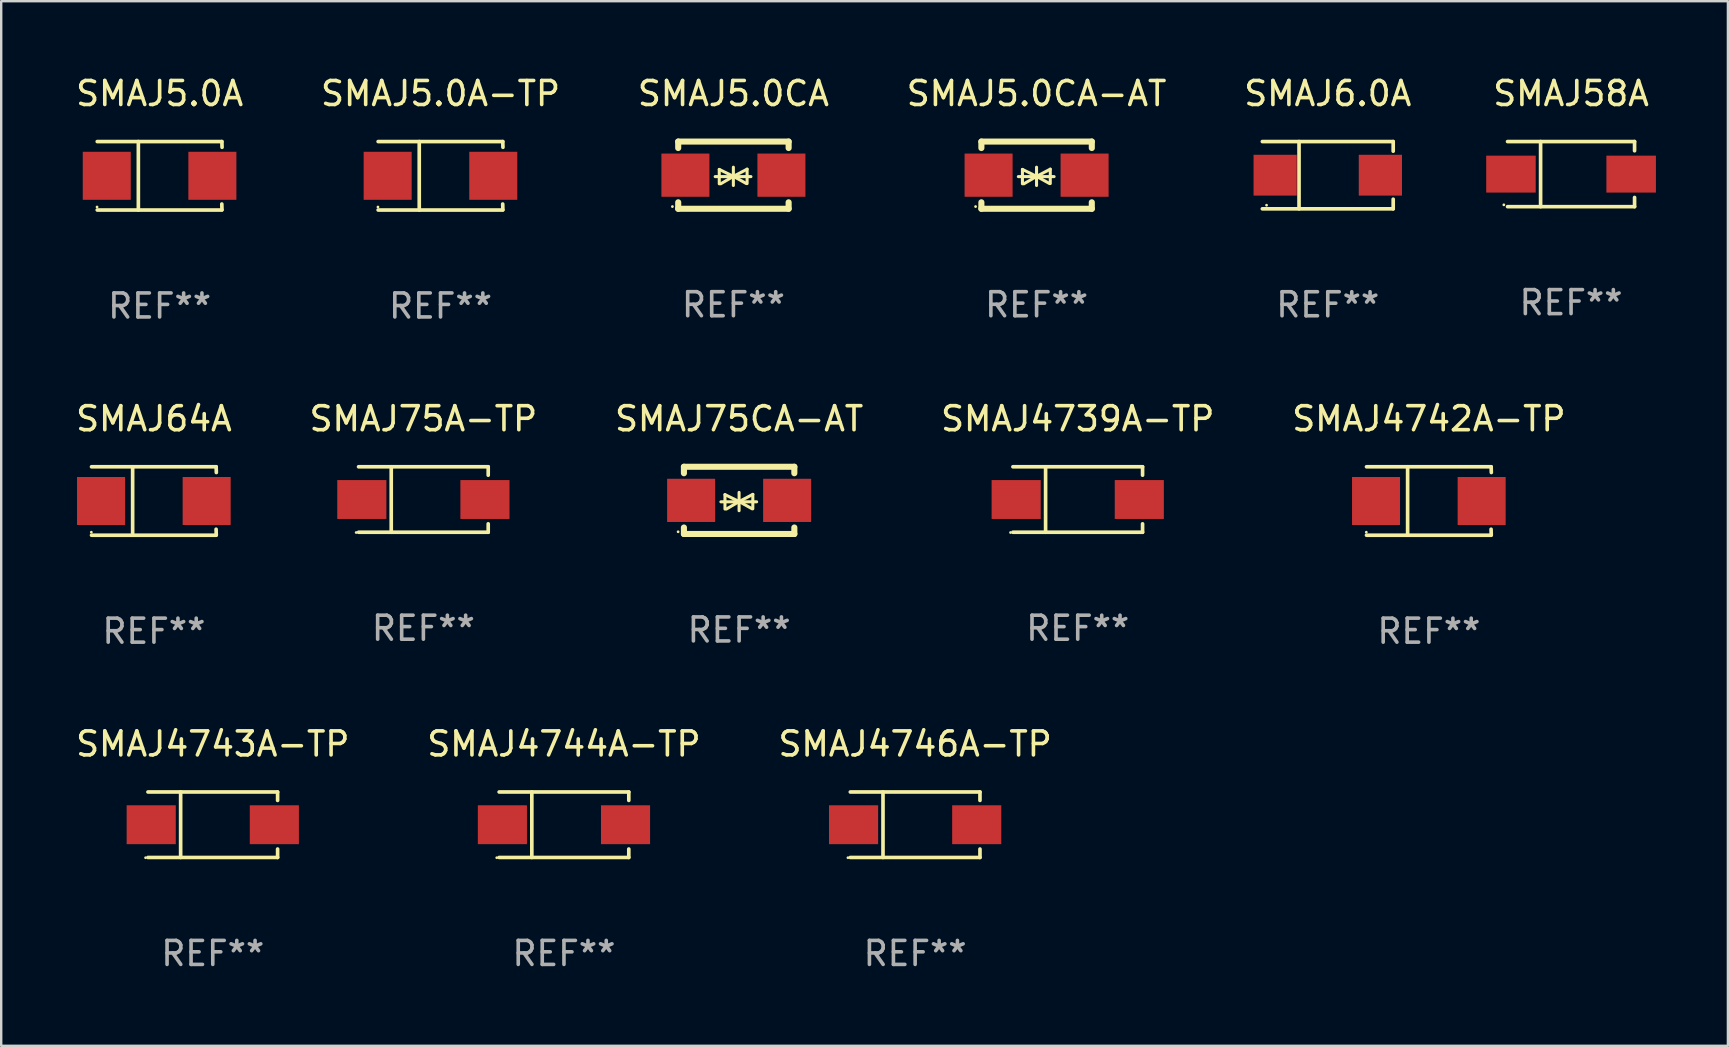
<source format=kicad_pcb>
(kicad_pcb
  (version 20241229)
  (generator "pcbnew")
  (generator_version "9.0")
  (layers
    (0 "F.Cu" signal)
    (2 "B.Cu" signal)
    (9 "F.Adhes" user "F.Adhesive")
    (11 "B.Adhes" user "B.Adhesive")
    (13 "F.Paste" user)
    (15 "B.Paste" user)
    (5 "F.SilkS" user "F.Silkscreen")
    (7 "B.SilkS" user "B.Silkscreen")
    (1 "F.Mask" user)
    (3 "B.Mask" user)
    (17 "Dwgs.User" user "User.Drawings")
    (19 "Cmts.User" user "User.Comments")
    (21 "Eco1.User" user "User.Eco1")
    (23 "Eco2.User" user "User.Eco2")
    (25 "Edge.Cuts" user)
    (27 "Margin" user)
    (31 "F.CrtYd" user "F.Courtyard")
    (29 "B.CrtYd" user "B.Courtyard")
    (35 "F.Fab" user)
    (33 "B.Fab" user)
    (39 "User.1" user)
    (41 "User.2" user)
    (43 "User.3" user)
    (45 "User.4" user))
  (footprint "SMAJ5.0CA"
    (layer "F.Cu")
    (at 27.506 4.248)
    (property "Reference" "SMAJ5.0CA" (at 0 -3.4 0) (layer "F.SilkS") (effects (font (size 1 1) (thickness 0.15))))
    (attr through_hole)
    (fp_line (start -2.3 -1.4) (end -2.3 -1.131) (stroke (width 0.254) (type solid)) (layer "F.SilkS"))
    (fp_line (start -2.3 -1.4) (end 2.3 -1.4) (stroke (width 0.254) (type solid)) (layer "F.SilkS"))
    (fp_line (start -2.3 1.131) (end -2.3 1.4) (stroke (width 0.254) (type solid)) (layer "F.SilkS"))
    (fp_line (start -2.3 1.4) (end 2.3 1.4) (stroke (width 0.254) (type solid)) (layer "F.SilkS"))
    (fp_line (start -0.76 0.06) (end 0.73 0.06) (stroke (width 0.127) (type solid)) (layer "F.SilkS"))
    (fp_line (start -0.59 -0.24) (end -0.59 0.36) (stroke (width 0.127) (type solid)) (layer "F.SilkS"))
    (fp_line (start -0.59 -0.24) (end -0.002 0.049) (stroke (width 0.127) (type solid)) (layer "F.SilkS"))
    (fp_line (start -0.53 0.36) (end -0.002 0.049) (stroke (width 0.127) (type solid)) (layer "F.SilkS"))
    (fp_line (start -0.002 0.049) (end -0.002 -0.332) (stroke (width 0.127) (type solid)) (layer "F.SilkS"))
    (fp_line (start -0.002 0.049) (end -0.002 0.43) (stroke (width 0.127) (type solid)) (layer "F.SilkS"))
    (fp_line (start 0.54 0.35) (end -0.002 0.049) (stroke (width 0.127) (type solid)) (layer "F.SilkS"))
    (fp_line (start 0.57 -0.25) (end -0.002 0.049) (stroke (width 0.127) (type solid)) (layer "F.SilkS"))
    (fp_line (start 0.57 -0.25) (end 0.57 0.35) (stroke (width 0.127) (type solid)) (layer "F.SilkS"))
    (fp_line (start 2.3 -1.4) (end 2.3 -1.131) (stroke (width 0.254) (type solid)) (layer "F.SilkS"))
    (fp_line (start 2.3 1.131) (end 2.3 1.4) (stroke (width 0.254) (type solid)) (layer "F.SilkS"))
    (fp_circle (center -2.542 1.308) (end -2.512 1.308) (stroke (width 0.06) (type solid)) (fill no) (layer "F.SilkS"))
    (fp_text user "REF**" (at 0 5.4 0) (layer "F.Fab") (effects (font (size 1 1) (thickness 0.15))))
    (pad "1" smd rect (at -2 0) (size 2 1.8) (layers "F.Cu" "F.Mask" "F.Paste"))
    (pad "2" smd rect (at 2 0) (size 2 1.8) (layers "F.Cu" "F.Mask" "F.Paste")))
  (footprint "SMAJ4744A-TP"
    (layer "F.Cu")
    (at 20.446 31.31)
    (property "Reference" "SMAJ4744A-TP" (at 0 -3.364 0) (layer "F.SilkS") (effects (font (size 1 1) (thickness 0.15))))
    (attr through_hole)
    (fp_line (start -2.701 -1.364) (end 2.701 -1.364) (stroke (width 0.152) (type solid)) (layer "F.SilkS"))
    (fp_line (start -2.701 1.364) (end 2.701 1.364) (stroke (width 0.152) (type solid)) (layer "F.SilkS"))
    (fp_line (start -1.339 -1.364) (end -1.339 1.364) (stroke (width 0.152) (type solid)) (layer "F.SilkS"))
    (fp_line (start 2.701 -1.364) (end 2.701 -1.013) (stroke (width 0.152) (type solid)) (layer "F.SilkS"))
    (fp_line (start 2.701 1.364) (end 2.701 1.013) (stroke (width 0.152) (type solid)) (layer "F.SilkS"))
    (fp_circle (center -2.8 1.375) (end -2.77 1.375) (stroke (width 0.06) (type solid)) (fill no) (layer "F.SilkS"))
    (fp_text user "REF**" (at 0 5.364 0) (layer "F.Fab") (effects (font (size 1 1) (thickness 0.15))))
    (pad "1" smd rect (at -2.565 -0.000025) (size 2.046 1.62) (layers "F.Cu" "F.Mask" "F.Paste"))
    (pad "2" smd rect (at 2.565 -0.000025) (size 2.046 1.62) (layers "F.Cu" "F.Mask" "F.Paste")))
  (footprint "SMAJ75A-TP"
    (layer "F.Cu")
    (at 14.589 17.761)
    (property "Reference" "SMAJ75A-TP" (at 0 -3.364 0) (layer "F.SilkS") (effects (font (size 1 1) (thickness 0.15))))
    (attr through_hole)
    (fp_line (start -2.701 -1.364) (end 2.701 -1.364) (stroke (width 0.152) (type solid)) (layer "F.SilkS"))
    (fp_line (start -2.701 1.364) (end 2.701 1.364) (stroke (width 0.152) (type solid)) (layer "F.SilkS"))
    (fp_line (start -1.339 -1.364) (end -1.339 1.364) (stroke (width 0.152) (type solid)) (layer "F.SilkS"))
    (fp_line (start 2.701 -1.364) (end 2.701 -1.013) (stroke (width 0.152) (type solid)) (layer "F.SilkS"))
    (fp_line (start 2.701 1.364) (end 2.701 1.013) (stroke (width 0.152) (type solid)) (layer "F.SilkS"))
    (fp_circle (center -2.8 1.375) (end -2.77 1.375) (stroke (width 0.06) (type solid)) (fill no) (layer "F.SilkS"))
    (fp_text user "REF**" (at 0 5.364 0) (layer "F.Fab") (effects (font (size 1 1) (thickness 0.15))))
    (pad "1" smd rect (at -2.565 -0.000025) (size 2.046 1.62) (layers "F.Cu" "F.Mask" "F.Paste"))
    (pad "2" smd rect (at 2.565 -0.000025) (size 2.046 1.62) (layers "F.Cu" "F.Mask" "F.Paste")))
  (footprint "SMAJ58A"
    (layer "F.Cu")
    (at 62.404 4.204)
    (property "Reference" "SMAJ58A" (at 0 -3.356 0) (layer "F.SilkS") (effects (font (size 1 1) (thickness 0.15))))
    (attr through_hole)
    (fp_line (start -2.646 -1.356) (end 2.646 -1.356) (stroke (width 0.152) (type solid)) (layer "F.SilkS"))
    (fp_line (start -2.646 1.356) (end 2.646 1.356) (stroke (width 0.152) (type solid)) (layer "F.SilkS"))
    (fp_line (start -1.269 -1.356) (end -1.269 1.356) (stroke (width 0.152) (type solid)) (layer "F.SilkS"))
    (fp_line (start 2.646 -1.356) (end 2.646 -0.973) (stroke (width 0.152) (type solid)) (layer "F.SilkS"))
    (fp_line (start 2.646 1.356) (end 2.646 0.973) (stroke (width 0.152) (type solid)) (layer "F.SilkS"))
    (fp_circle (center -2.8 1.28) (end -2.77 1.28) (stroke (width 0.06) (type solid)) (fill no) (layer "F.SilkS"))
    (fp_text user "REF**" (at 0 5.356 0) (layer "F.Fab") (effects (font (size 1 1) (thickness 0.15))))
    (pad "1" smd rect (at 2.504 0) (size 2.063 1.539) (layers "F.Cu" "F.Mask" "F.Paste"))
    (pad "2" smd rect (at -2.504 0) (size 2.063 1.539) (layers "F.Cu" "F.Mask" "F.Paste")))
  (footprint "SMAJ5.0A"
    (layer "F.Cu")
    (at 3.601 4.274)
    (property "Reference" "SMAJ5.0A" (at 0 -3.426 0) (layer "F.SilkS") (effects (font (size 1 1) (thickness 0.15))))
    (attr through_hole)
    (fp_line (start -2.6 -1.426) (end 2.593 -1.426) (stroke (width 0.152) (type solid)) (layer "F.SilkS"))
    (fp_line (start -2.6 1.426) (end 2.593 1.426) (stroke (width 0.152) (type solid)) (layer "F.SilkS"))
    (fp_line (start -0.887 -1.426) (end -0.887 1.426) (stroke (width 0.152) (type solid)) (layer "F.SilkS"))
    (fp_line (start 2.59 1.176) (end 2.597 1.415) (stroke (width 0.152) (type solid)) (layer "F.SilkS"))
    (fp_line (start 2.593 -1.426) (end 2.6 -1.187) (stroke (width 0.152) (type solid)) (layer "F.SilkS"))
    (fp_circle (center -2.608 1.3) (end -2.578 1.3) (stroke (width 0.06) (type solid)) (fill no) (layer "F.SilkS"))
    (fp_text user "REF**" (at 0 5.426 0) (layer "F.Fab") (effects (font (size 1 1) (thickness 0.15))))
    (pad "1" smd rect (at -2.203 0 180) (size 2 2) (layers "F.Cu" "F.Mask" "F.Paste"))
    (pad "2" smd rect (at 2.197 0 180) (size 2 2) (layers "F.Cu" "F.Mask" "F.Paste")))
  (footprint "SMAJ4742A-TP"
    (layer "F.Cu")
    (at 56.482 17.823)
    (property "Reference" "SMAJ4742A-TP" (at 0 -3.426 0) (layer "F.SilkS") (effects (font (size 1 1) (thickness 0.15))))
    (attr through_hole)
    (fp_line (start -2.6 -1.426) (end 2.593 -1.426) (stroke (width 0.152) (type solid)) (layer "F.SilkS"))
    (fp_line (start -2.6 1.426) (end 2.593 1.426) (stroke (width 0.152) (type solid)) (layer "F.SilkS"))
    (fp_line (start -0.887 -1.426) (end -0.887 1.426) (stroke (width 0.152) (type solid)) (layer "F.SilkS"))
    (fp_line (start 2.59 1.176) (end 2.597 1.415) (stroke (width 0.152) (type solid)) (layer "F.SilkS"))
    (fp_line (start 2.593 -1.426) (end 2.6 -1.187) (stroke (width 0.152) (type solid)) (layer "F.SilkS"))
    (fp_circle (center -2.608 1.3) (end -2.578 1.3) (stroke (width 0.06) (type solid)) (fill no) (layer "F.SilkS"))
    (fp_text user "REF**" (at 0 5.426 0) (layer "F.Fab") (effects (font (size 1 1) (thickness 0.15))))
    (pad "1" smd rect (at -2.203 0 180) (size 2 2) (layers "F.Cu" "F.Mask" "F.Paste"))
    (pad "2" smd rect (at 2.197 0 180) (size 2 2) (layers "F.Cu" "F.Mask" "F.Paste")))
  (footprint "SMAJ5.0A-TP"
    (layer "F.Cu")
    (at 15.304 4.274)
    (property "Reference" "SMAJ5.0A-TP" (at 0 -3.426 0) (layer "F.SilkS") (effects (font (size 1 1) (thickness 0.15))))
    (attr through_hole)
    (fp_line (start -2.6 -1.426) (end 2.593 -1.426) (stroke (width 0.152) (type solid)) (layer "F.SilkS"))
    (fp_line (start -2.6 1.426) (end 2.593 1.426) (stroke (width 0.152) (type solid)) (layer "F.SilkS"))
    (fp_line (start -0.887 -1.426) (end -0.887 1.426) (stroke (width 0.152) (type solid)) (layer "F.SilkS"))
    (fp_line (start 2.59 1.176) (end 2.597 1.415) (stroke (width 0.152) (type solid)) (layer "F.SilkS"))
    (fp_line (start 2.593 -1.426) (end 2.6 -1.187) (stroke (width 0.152) (type solid)) (layer "F.SilkS"))
    (fp_circle (center -2.608 1.3) (end -2.578 1.3) (stroke (width 0.06) (type solid)) (fill no) (layer "F.SilkS"))
    (fp_text user "REF**" (at 0 5.426 0) (layer "F.Fab") (effects (font (size 1 1) (thickness 0.15))))
    (pad "1" smd rect (at -2.203 0 180) (size 2 2) (layers "F.Cu" "F.Mask" "F.Paste"))
    (pad "2" smd rect (at 2.197 0 180) (size 2 2) (layers "F.Cu" "F.Mask" "F.Paste")))
  (footprint "SMAJ4746A-TP"
    (layer "F.Cu")
    (at 35.077 31.31)
    (property "Reference" "SMAJ4746A-TP" (at 0 -3.364 0) (layer "F.SilkS") (effects (font (size 1 1) (thickness 0.15))))
    (attr through_hole)
    (fp_line (start -2.701 -1.364) (end 2.701 -1.364) (stroke (width 0.152) (type solid)) (layer "F.SilkS"))
    (fp_line (start -2.701 1.364) (end 2.701 1.364) (stroke (width 0.152) (type solid)) (layer "F.SilkS"))
    (fp_line (start -1.339 -1.364) (end -1.339 1.364) (stroke (width 0.152) (type solid)) (layer "F.SilkS"))
    (fp_line (start 2.701 -1.364) (end 2.701 -1.013) (stroke (width 0.152) (type solid)) (layer "F.SilkS"))
    (fp_line (start 2.701 1.364) (end 2.701 1.013) (stroke (width 0.152) (type solid)) (layer "F.SilkS"))
    (fp_circle (center -2.8 1.375) (end -2.77 1.375) (stroke (width 0.06) (type solid)) (fill no) (layer "F.SilkS"))
    (fp_text user "REF**" (at 0 5.364 0) (layer "F.Fab") (effects (font (size 1 1) (thickness 0.15))))
    (pad "1" smd rect (at -2.565 -0.000025) (size 2.046 1.62) (layers "F.Cu" "F.Mask" "F.Paste"))
    (pad "2" smd rect (at 2.565 -0.000025) (size 2.046 1.62) (layers "F.Cu" "F.Mask" "F.Paste")))
  (footprint "SMAJ64A"
    (layer "F.Cu")
    (at 3.363 17.823)
    (property "Reference" "SMAJ64A" (at 0 -3.426 0) (layer "F.SilkS") (effects (font (size 1 1) (thickness 0.15))))
    (attr through_hole)
    (fp_line (start -2.6 -1.426) (end 2.593 -1.426) (stroke (width 0.152) (type solid)) (layer "F.SilkS"))
    (fp_line (start -2.6 1.426) (end 2.593 1.426) (stroke (width 0.152) (type solid)) (layer "F.SilkS"))
    (fp_line (start -0.887 -1.426) (end -0.887 1.426) (stroke (width 0.152) (type solid)) (layer "F.SilkS"))
    (fp_line (start 2.59 1.176) (end 2.597 1.415) (stroke (width 0.152) (type solid)) (layer "F.SilkS"))
    (fp_line (start 2.593 -1.426) (end 2.6 -1.187) (stroke (width 0.152) (type solid)) (layer "F.SilkS"))
    (fp_circle (center -2.608 1.3) (end -2.578 1.3) (stroke (width 0.06) (type solid)) (fill no) (layer "F.SilkS"))
    (fp_text user "REF**" (at 0 5.426 0) (layer "F.Fab") (effects (font (size 1 1) (thickness 0.15))))
    (pad "1" smd rect (at -2.203 0 180) (size 2 2) (layers "F.Cu" "F.Mask" "F.Paste"))
    (pad "2" smd rect (at 2.197 0 180) (size 2 2) (layers "F.Cu" "F.Mask" "F.Paste")))
  (footprint "SMAJ4743A-TP"
    (layer "F.Cu")
    (at 5.815 31.31)
    (property "Reference" "SMAJ4743A-TP" (at 0 -3.364 0) (layer "F.SilkS") (effects (font (size 1 1) (thickness 0.15))))
    (attr through_hole)
    (fp_line (start -2.701 -1.364) (end 2.701 -1.364) (stroke (width 0.152) (type solid)) (layer "F.SilkS"))
    (fp_line (start -2.701 1.364) (end 2.701 1.364) (stroke (width 0.152) (type solid)) (layer "F.SilkS"))
    (fp_line (start -1.339 -1.364) (end -1.339 1.364) (stroke (width 0.152) (type solid)) (layer "F.SilkS"))
    (fp_line (start 2.701 -1.364) (end 2.701 -1.013) (stroke (width 0.152) (type solid)) (layer "F.SilkS"))
    (fp_line (start 2.701 1.364) (end 2.701 1.013) (stroke (width 0.152) (type solid)) (layer "F.SilkS"))
    (fp_circle (center -2.8 1.375) (end -2.77 1.375) (stroke (width 0.06) (type solid)) (fill no) (layer "F.SilkS"))
    (fp_text user "REF**" (at 0 5.364 0) (layer "F.Fab") (effects (font (size 1 1) (thickness 0.15))))
    (pad "1" smd rect (at -2.565 -0.000025) (size 2.046 1.62) (layers "F.Cu" "F.Mask" "F.Paste"))
    (pad "2" smd rect (at 2.565 -0.000025) (size 2.046 1.62) (layers "F.Cu" "F.Mask" "F.Paste")))
  (footprint "SMAJ5.0CA-AT"
    (layer "F.Cu")
    (at 40.137 4.248)
    (property "Reference" "SMAJ5.0CA-AT" (at 0 -3.4 0) (layer "F.SilkS") (effects (font (size 1 1) (thickness 0.15))))
    (attr through_hole)
    (fp_line (start -2.3 -1.4) (end -2.3 -1.131) (stroke (width 0.254) (type solid)) (layer "F.SilkS"))
    (fp_line (start -2.3 -1.4) (end 2.3 -1.4) (stroke (width 0.254) (type solid)) (layer "F.SilkS"))
    (fp_line (start -2.3 1.131) (end -2.3 1.4) (stroke (width 0.254) (type solid)) (layer "F.SilkS"))
    (fp_line (start -2.3 1.4) (end 2.3 1.4) (stroke (width 0.254) (type solid)) (layer "F.SilkS"))
    (fp_line (start -0.76 0.06) (end 0.73 0.06) (stroke (width 0.127) (type solid)) (layer "F.SilkS"))
    (fp_line (start -0.59 -0.24) (end -0.59 0.36) (stroke (width 0.127) (type solid)) (layer "F.SilkS"))
    (fp_line (start -0.59 -0.24) (end -0.002 0.049) (stroke (width 0.127) (type solid)) (layer "F.SilkS"))
    (fp_line (start -0.53 0.36) (end -0.002 0.049) (stroke (width 0.127) (type solid)) (layer "F.SilkS"))
    (fp_line (start -0.002 0.049) (end -0.002 -0.332) (stroke (width 0.127) (type solid)) (layer "F.SilkS"))
    (fp_line (start -0.002 0.049) (end -0.002 0.43) (stroke (width 0.127) (type solid)) (layer "F.SilkS"))
    (fp_line (start 0.54 0.35) (end -0.002 0.049) (stroke (width 0.127) (type solid)) (layer "F.SilkS"))
    (fp_line (start 0.57 -0.25) (end -0.002 0.049) (stroke (width 0.127) (type solid)) (layer "F.SilkS"))
    (fp_line (start 0.57 -0.25) (end 0.57 0.35) (stroke (width 0.127) (type solid)) (layer "F.SilkS"))
    (fp_line (start 2.3 -1.4) (end 2.3 -1.131) (stroke (width 0.254) (type solid)) (layer "F.SilkS"))
    (fp_line (start 2.3 1.131) (end 2.3 1.4) (stroke (width 0.254) (type solid)) (layer "F.SilkS"))
    (fp_circle (center -2.542 1.308) (end -2.512 1.308) (stroke (width 0.06) (type solid)) (fill no) (layer "F.SilkS"))
    (fp_text user "REF**" (at 0 5.4 0) (layer "F.Fab") (effects (font (size 1 1) (thickness 0.15))))
    (pad "1" smd rect (at -2 0) (size 2 1.8) (layers "F.Cu" "F.Mask" "F.Paste"))
    (pad "2" smd rect (at 2 0) (size 2 1.8) (layers "F.Cu" "F.Mask" "F.Paste")))
  (footprint "SMAJ6.0A"
    (layer "F.Cu")
    (at 52.268 4.249)
    (property "Reference" "SMAJ6.0A" (at 0 -3.401 0) (layer "F.SilkS") (effects (font (size 1 1) (thickness 0.15))))
    (attr through_hole)
    (fp_line (start -2.726 -1.401) (end 2.726 -1.401) (stroke (width 0.152) (type solid)) (layer "F.SilkS"))
    (fp_line (start -2.726 1.401) (end 2.726 1.401) (stroke (width 0.152) (type solid)) (layer "F.SilkS"))
    (fp_line (start -1.197 -1.401) (end -1.197 1.401) (stroke (width 0.152) (type solid)) (layer "F.SilkS"))
    (fp_line (start 2.726 -1.401) (end 2.726 -1) (stroke (width 0.152) (type solid)) (layer "F.SilkS"))
    (fp_line (start 2.726 1.401) (end 2.726 1) (stroke (width 0.152) (type solid)) (layer "F.SilkS"))
    (fp_circle (center -2.55 1.25) (end -2.52 1.25) (stroke (width 0.06) (type solid)) (fill no) (layer "F.SilkS"))
    (fp_text user "REF**" (at 0 5.401 0) (layer "F.Fab") (effects (font (size 1 1) (thickness 0.15))))
    (pad "1" smd rect (at -2.192 0) (size 1.8 1.7) (layers "F.Cu" "F.Mask" "F.Paste"))
    (pad "2" smd rect (at 2.192 0) (size 1.8 1.7) (layers "F.Cu" "F.Mask" "F.Paste")))
  (footprint "SMAJ75CA-AT"
    (layer "F.Cu")
    (at 27.744 17.797)
    (property "Reference" "SMAJ75CA-AT" (at 0 -3.4 0) (layer "F.SilkS") (effects (font (size 1 1) (thickness 0.15))))
    (attr through_hole)
    (fp_line (start -2.3 -1.4) (end -2.3 -1.131) (stroke (width 0.254) (type solid)) (layer "F.SilkS"))
    (fp_line (start -2.3 -1.4) (end 2.3 -1.4) (stroke (width 0.254) (type solid)) (layer "F.SilkS"))
    (fp_line (start -2.3 1.131) (end -2.3 1.4) (stroke (width 0.254) (type solid)) (layer "F.SilkS"))
    (fp_line (start -2.3 1.4) (end 2.3 1.4) (stroke (width 0.254) (type solid)) (layer "F.SilkS"))
    (fp_line (start -0.76 0.06) (end 0.73 0.06) (stroke (width 0.127) (type solid)) (layer "F.SilkS"))
    (fp_line (start -0.59 -0.24) (end -0.59 0.36) (stroke (width 0.127) (type solid)) (layer "F.SilkS"))
    (fp_line (start -0.59 -0.24) (end -0.002 0.049) (stroke (width 0.127) (type solid)) (layer "F.SilkS"))
    (fp_line (start -0.53 0.36) (end -0.002 0.049) (stroke (width 0.127) (type solid)) (layer "F.SilkS"))
    (fp_line (start -0.002 0.049) (end -0.002 -0.332) (stroke (width 0.127) (type solid)) (layer "F.SilkS"))
    (fp_line (start -0.002 0.049) (end -0.002 0.43) (stroke (width 0.127) (type solid)) (layer "F.SilkS"))
    (fp_line (start 0.54 0.35) (end -0.002 0.049) (stroke (width 0.127) (type solid)) (layer "F.SilkS"))
    (fp_line (start 0.57 -0.25) (end -0.002 0.049) (stroke (width 0.127) (type solid)) (layer "F.SilkS"))
    (fp_line (start 0.57 -0.25) (end 0.57 0.35) (stroke (width 0.127) (type solid)) (layer "F.SilkS"))
    (fp_line (start 2.3 -1.4) (end 2.3 -1.131) (stroke (width 0.254) (type solid)) (layer "F.SilkS"))
    (fp_line (start 2.3 1.131) (end 2.3 1.4) (stroke (width 0.254) (type solid)) (layer "F.SilkS"))
    (fp_circle (center -2.542 1.308) (end -2.512 1.308) (stroke (width 0.06) (type solid)) (fill no) (layer "F.SilkS"))
    (fp_text user "REF**" (at 0 5.4 0) (layer "F.Fab") (effects (font (size 1 1) (thickness 0.15))))
    (pad "1" smd rect (at -2 0) (size 2 1.8) (layers "F.Cu" "F.Mask" "F.Paste"))
    (pad "2" smd rect (at 2 0) (size 2 1.8) (layers "F.Cu" "F.Mask" "F.Paste")))
  (footprint "SMAJ4739A-TP"
    (layer "F.Cu")
    (at 41.851 17.761)
    (property "Reference" "SMAJ4739A-TP" (at 0 -3.364 0) (layer "F.SilkS") (effects (font (size 1 1) (thickness 0.15))))
    (attr through_hole)
    (fp_line (start -2.701 -1.364) (end 2.701 -1.364) (stroke (width 0.152) (type solid)) (layer "F.SilkS"))
    (fp_line (start -2.701 1.364) (end 2.701 1.364) (stroke (width 0.152) (type solid)) (layer "F.SilkS"))
    (fp_line (start -1.339 -1.364) (end -1.339 1.364) (stroke (width 0.152) (type solid)) (layer "F.SilkS"))
    (fp_line (start 2.701 -1.364) (end 2.701 -1.013) (stroke (width 0.152) (type solid)) (layer "F.SilkS"))
    (fp_line (start 2.701 1.364) (end 2.701 1.013) (stroke (width 0.152) (type solid)) (layer "F.SilkS"))
    (fp_circle (center -2.8 1.375) (end -2.77 1.375) (stroke (width 0.06) (type solid)) (fill no) (layer "F.SilkS"))
    (fp_text user "REF**" (at 0 5.364 0) (layer "F.Fab") (effects (font (size 1 1) (thickness 0.15))))
    (pad "1" smd rect (at -2.565 -0.000025) (size 2.046 1.62) (layers "F.Cu" "F.Mask" "F.Paste"))
    (pad "2" smd rect (at 2.565 -0.000025) (size 2.046 1.62) (layers "F.Cu" "F.Mask" "F.Paste")))
  (gr_rect
    (start -3 -3)
    (end 68.939 40.522)
    (stroke (width 0.1) (type default))
    (fill no)
    (layer "Edge.Cuts")))
</source>
